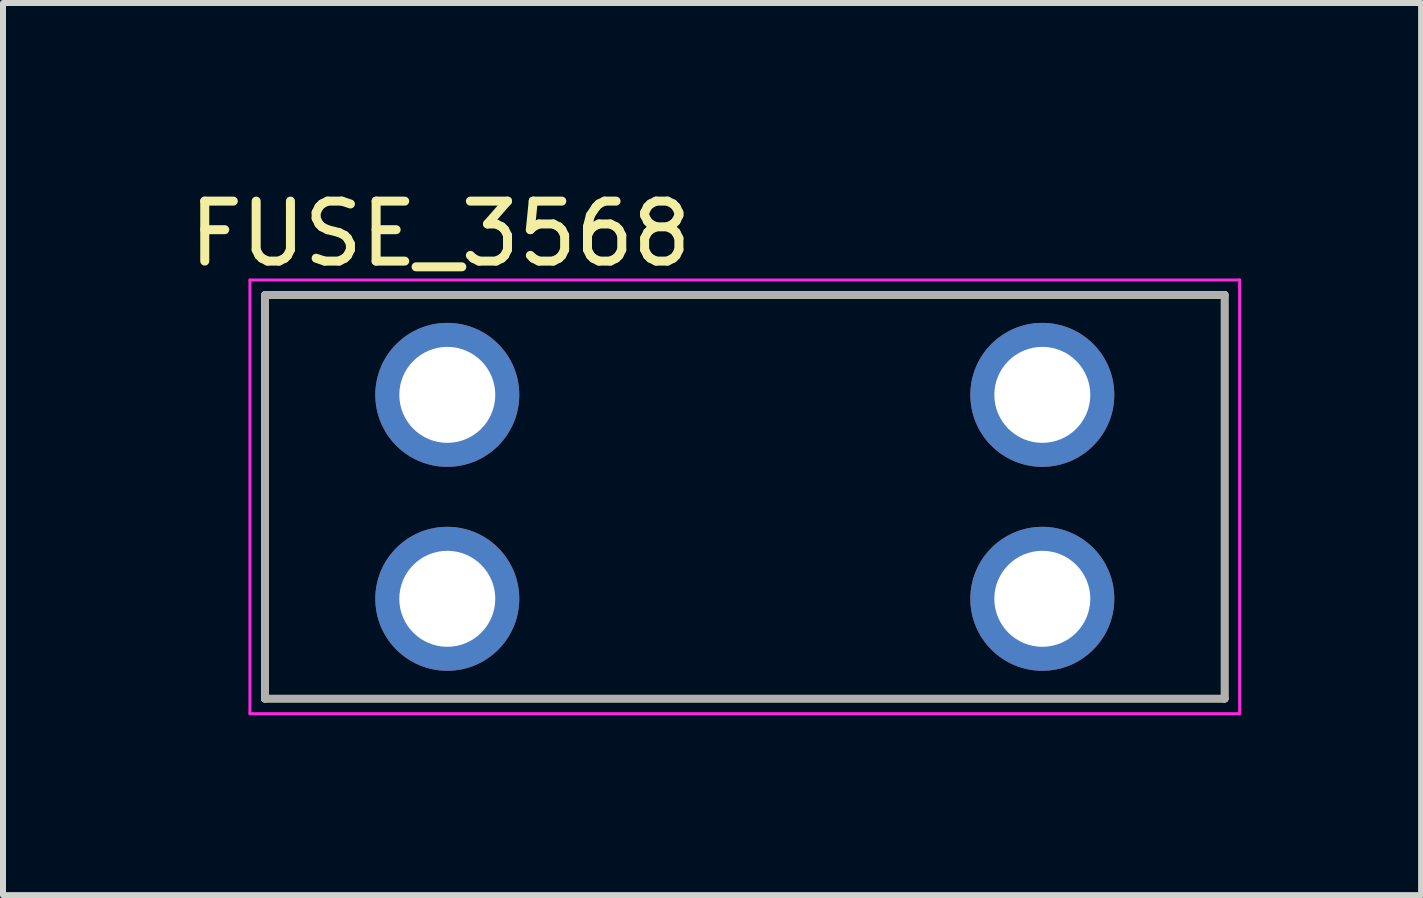
<source format=kicad_pcb>
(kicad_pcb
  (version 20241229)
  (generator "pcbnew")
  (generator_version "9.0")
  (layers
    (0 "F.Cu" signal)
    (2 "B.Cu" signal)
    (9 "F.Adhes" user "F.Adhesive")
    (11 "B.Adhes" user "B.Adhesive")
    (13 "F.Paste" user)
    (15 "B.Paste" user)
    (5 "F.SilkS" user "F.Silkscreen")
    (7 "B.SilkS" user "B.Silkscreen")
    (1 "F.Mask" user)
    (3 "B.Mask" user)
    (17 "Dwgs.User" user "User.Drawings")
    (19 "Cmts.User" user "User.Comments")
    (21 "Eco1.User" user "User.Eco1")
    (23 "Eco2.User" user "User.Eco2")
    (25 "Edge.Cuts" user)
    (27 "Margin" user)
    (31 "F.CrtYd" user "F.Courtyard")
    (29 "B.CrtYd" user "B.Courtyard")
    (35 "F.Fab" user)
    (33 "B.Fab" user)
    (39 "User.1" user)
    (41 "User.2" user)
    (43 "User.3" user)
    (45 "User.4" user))
  (footprint "FUSE_3568"
    (layer "F.Cu")
    (at 9.367 5.233)
    (property "Reference" "FUSE_3568" (at -5.075 -4.385 0) (layer "F.SilkS") (effects (font (size 1 1) (thickness 0.15))))
    (attr through_hole)
    (fp_line (start -8 -3.365) (end 8 -3.365) (stroke (width 0.127) (type solid)) (layer "F.SilkS"))
    (fp_line (start -8 3.365) (end -8 -3.365) (stroke (width 0.127) (type solid)) (layer "F.SilkS"))
    (fp_line (start 8 -3.365) (end 8 3.365) (stroke (width 0.127) (type solid)) (layer "F.SilkS"))
    (fp_line (start 8 3.365) (end -8 3.365) (stroke (width 0.127) (type solid)) (layer "F.SilkS"))
    (fp_line (start -8.25 -3.615) (end 8.25 -3.615) (stroke (width 0.05) (type solid)) (layer "F.CrtYd"))
    (fp_line (start -8.25 3.615) (end -8.25 -3.615) (stroke (width 0.05) (type solid)) (layer "F.CrtYd"))
    (fp_line (start 8.25 -3.615) (end 8.25 3.615) (stroke (width 0.05) (type solid)) (layer "F.CrtYd"))
    (fp_line (start 8.25 3.615) (end -8.25 3.615) (stroke (width 0.05) (type solid)) (layer "F.CrtYd"))
    (fp_line (start -8 -3.365) (end 8 -3.365) (stroke (width 0.127) (type solid)) (layer "F.Fab"))
    (fp_line (start -8 3.365) (end -8 -3.365) (stroke (width 0.127) (type solid)) (layer "F.Fab"))
    (fp_line (start 8 -3.365) (end 8 3.365) (stroke (width 0.127) (type solid)) (layer "F.Fab"))
    (fp_line (start 8 3.365) (end -8 3.365) (stroke (width 0.127) (type solid)) (layer "F.Fab"))
    (pad "1" thru_hole circle (at -4.96 -1.7) (size 2.4 2.4) (drill 1.6) (layers "*.Cu" "*.Mask"))
    (pad "1" thru_hole circle (at -4.96 1.7) (size 2.4 2.4) (drill 1.6) (layers "*.Cu" "*.Mask"))
    (pad "2" thru_hole circle (at 4.96 -1.7) (size 2.4 2.4) (drill 1.6) (layers "*.Cu" "*.Mask"))
    (pad "2" thru_hole circle (at 4.96 1.7) (size 2.4 2.4) (drill 1.6) (layers "*.Cu" "*.Mask")))
  (gr_rect
    (start -3 -3)
    (end 20.642 11.873)
    (stroke (width 0.1) (type default))
    (fill no)
    (layer "Edge.Cuts")))
</source>
